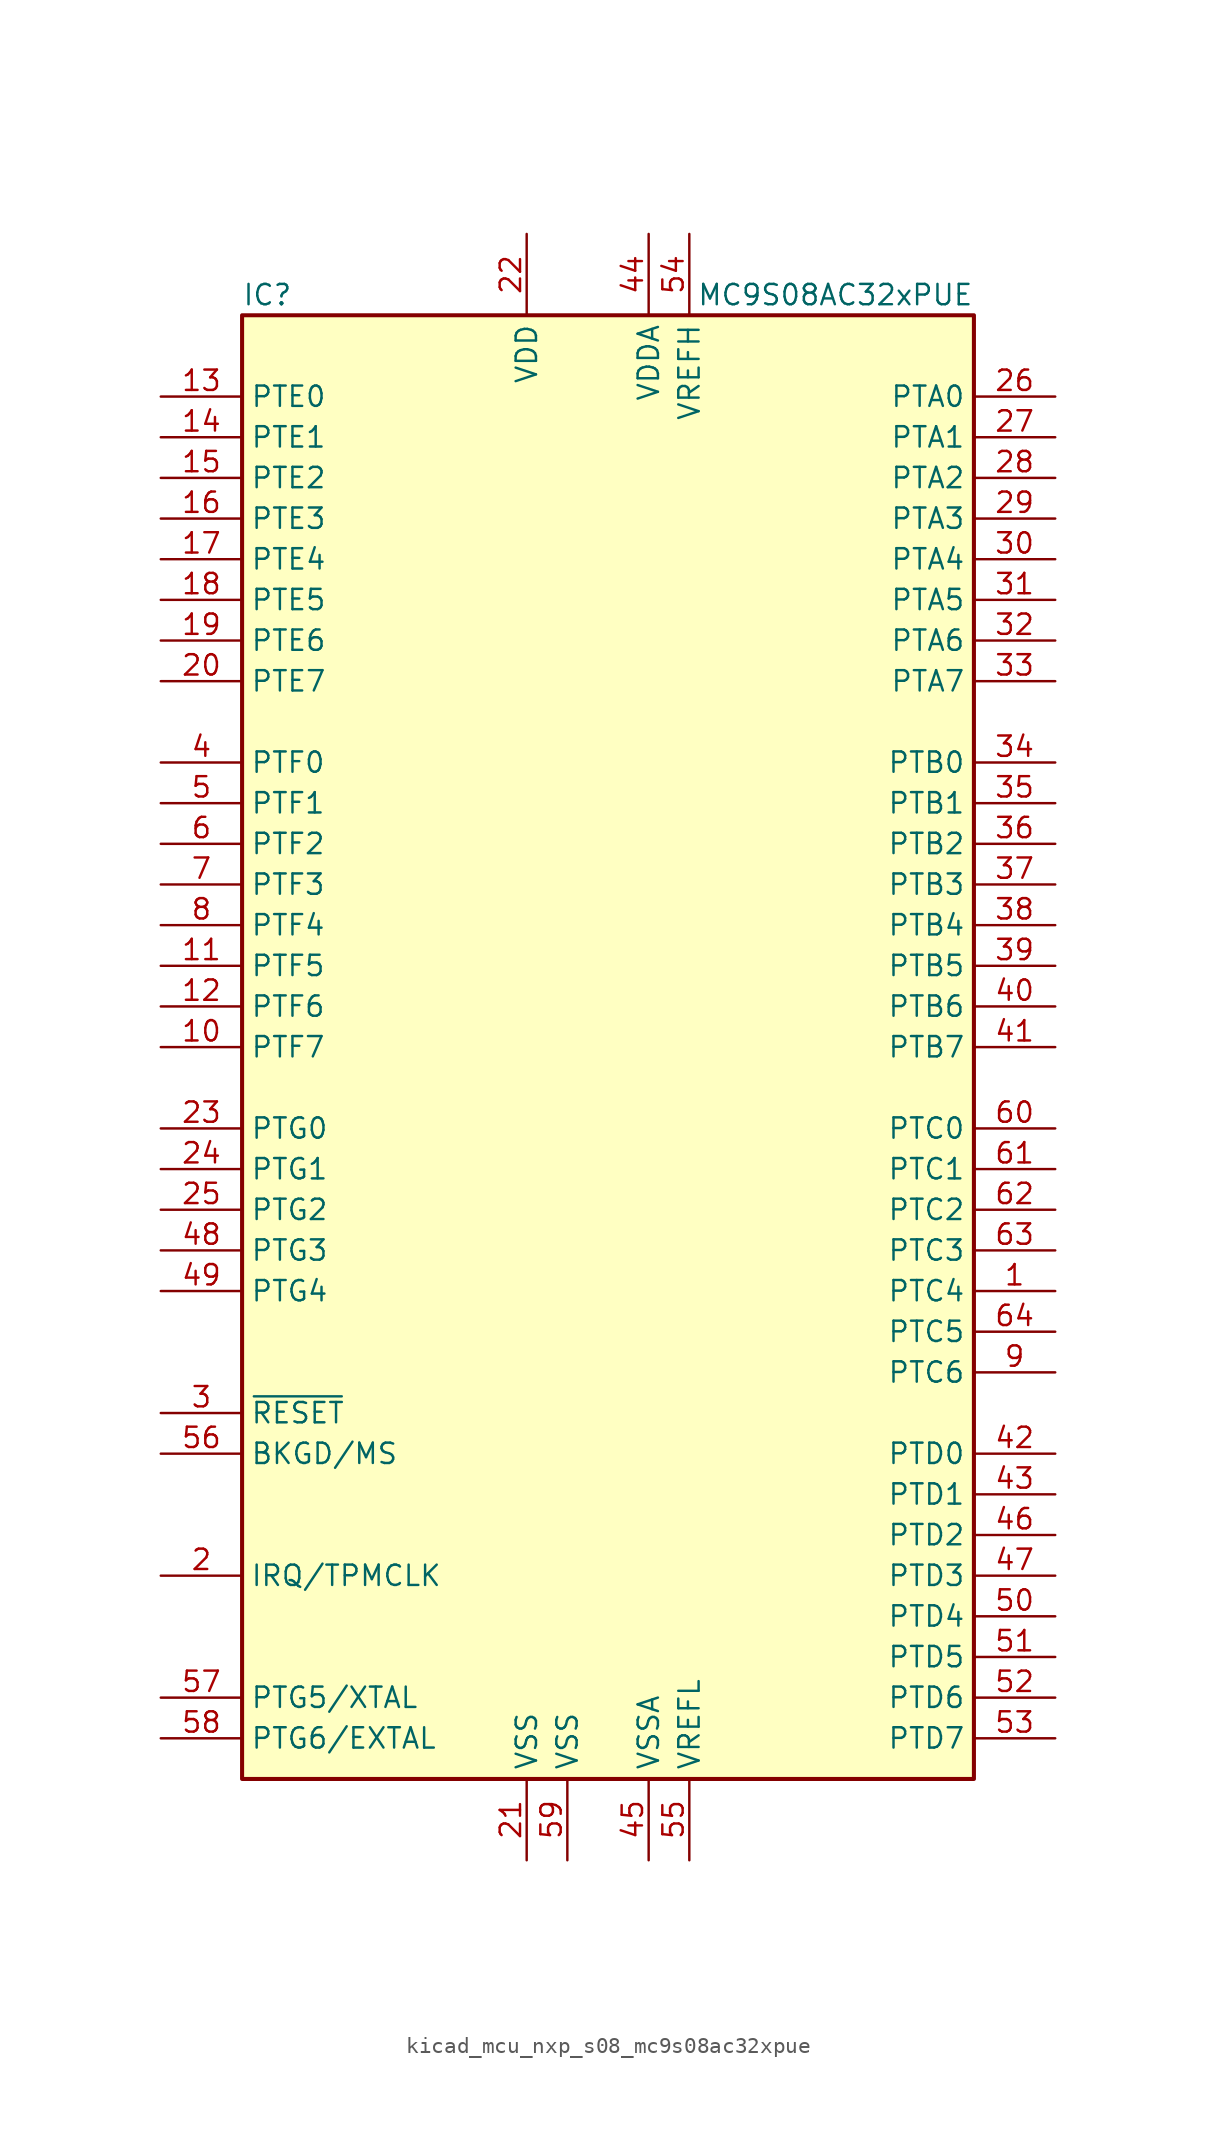
<source format=kicad_sym>
(kicad_symbol_lib
  (version 20220914)
  (generator kicad_symbol_editor)
  (symbol "kicad_mcu_nxp_s08_mc9s08ac32xpue"
    (property "Reference" "IC"
      (at -22.86 46.99 0)
      (effects (font (size 1.27 1.27)) (justify left)))
    (property "Value" "MC9S08AC32xPUE"
      (at 22.86 46.99 0)
      (effects (font (size 1.27 1.27)) (justify right)))
    (symbol "kicad_mcu_nxp_s08_mc9s08ac32xpue_0_1"
      (rectangle (start -22.86 45.72) (end 22.86 -45.72) (stroke (width 0.254) (type default)) (fill (type background))))
    (symbol "kicad_mcu_nxp_s08_mc9s08ac32xpue_1_1"
      (pin bidirectional line (at 27.94 -15.24 180) (length 5.08) (name "PTC4" (effects (font (size 1.27 1.27)))) (number "1" (effects (font (size 1.27 1.27)))))
      (pin bidirectional line (at -27.94 0 0) (length 5.08) (name "PTF7" (effects (font (size 1.27 1.27)))) (number "10" (effects (font (size 1.27 1.27)))))
      (pin bidirectional line (at -27.94 5.08 0) (length 5.08) (name "PTF5" (effects (font (size 1.27 1.27)))) (number "11" (effects (font (size 1.27 1.27)))))
      (pin bidirectional line (at -27.94 2.54 0) (length 5.08) (name "PTF6" (effects (font (size 1.27 1.27)))) (number "12" (effects (font (size 1.27 1.27)))))
      (pin bidirectional line (at -27.94 40.64 0) (length 5.08) (name "PTE0" (effects (font (size 1.27 1.27)))) (number "13" (effects (font (size 1.27 1.27)))))
      (pin bidirectional line (at -27.94 38.1 0) (length 5.08) (name "PTE1" (effects (font (size 1.27 1.27)))) (number "14" (effects (font (size 1.27 1.27)))))
      (pin bidirectional line (at -27.94 35.56 0) (length 5.08) (name "PTE2" (effects (font (size 1.27 1.27)))) (number "15" (effects (font (size 1.27 1.27)))))
      (pin bidirectional line (at -27.94 33.02 0) (length 5.08) (name "PTE3" (effects (font (size 1.27 1.27)))) (number "16" (effects (font (size 1.27 1.27)))))
      (pin bidirectional line (at -27.94 30.48 0) (length 5.08) (name "PTE4" (effects (font (size 1.27 1.27)))) (number "17" (effects (font (size 1.27 1.27)))))
      (pin bidirectional line (at -27.94 27.94 0) (length 5.08) (name "PTE5" (effects (font (size 1.27 1.27)))) (number "18" (effects (font (size 1.27 1.27)))))
      (pin bidirectional line (at -27.94 25.4 0) (length 5.08) (name "PTE6" (effects (font (size 1.27 1.27)))) (number "19" (effects (font (size 1.27 1.27)))))
      (pin input line (at -27.94 -33.02 0) (length 5.08) (name "IRQ/TPMCLK" (effects (font (size 1.27 1.27)))) (number "2" (effects (font (size 1.27 1.27)))))
      (pin bidirectional line (at -27.94 22.86 0) (length 5.08) (name "PTE7" (effects (font (size 1.27 1.27)))) (number "20" (effects (font (size 1.27 1.27)))))
      (pin power_in line (at -5.08 -50.8 90) (length 5.08) (name "VSS" (effects (font (size 1.27 1.27)))) (number "21" (effects (font (size 1.27 1.27)))))
      (pin power_in line (at -5.08 50.8 270) (length 5.08) (name "VDD" (effects (font (size 1.27 1.27)))) (number "22" (effects (font (size 1.27 1.27)))))
      (pin bidirectional line (at -27.94 -5.08 0) (length 5.08) (name "PTG0" (effects (font (size 1.27 1.27)))) (number "23" (effects (font (size 1.27 1.27)))))
      (pin bidirectional line (at -27.94 -7.62 0) (length 5.08) (name "PTG1" (effects (font (size 1.27 1.27)))) (number "24" (effects (font (size 1.27 1.27)))))
      (pin bidirectional line (at -27.94 -10.16 0) (length 5.08) (name "PTG2" (effects (font (size 1.27 1.27)))) (number "25" (effects (font (size 1.27 1.27)))))
      (pin bidirectional line (at 27.94 40.64 180) (length 5.08) (name "PTA0" (effects (font (size 1.27 1.27)))) (number "26" (effects (font (size 1.27 1.27)))))
      (pin bidirectional line (at 27.94 38.1 180) (length 5.08) (name "PTA1" (effects (font (size 1.27 1.27)))) (number "27" (effects (font (size 1.27 1.27)))))
      (pin bidirectional line (at 27.94 35.56 180) (length 5.08) (name "PTA2" (effects (font (size 1.27 1.27)))) (number "28" (effects (font (size 1.27 1.27)))))
      (pin bidirectional line (at 27.94 33.02 180) (length 5.08) (name "PTA3" (effects (font (size 1.27 1.27)))) (number "29" (effects (font (size 1.27 1.27)))))
      (pin input line (at -27.94 -22.86 0) (length 5.08) (name "~{RESET}" (effects (font (size 1.27 1.27)))) (number "3" (effects (font (size 1.27 1.27)))))
      (pin bidirectional line (at 27.94 30.48 180) (length 5.08) (name "PTA4" (effects (font (size 1.27 1.27)))) (number "30" (effects (font (size 1.27 1.27)))))
      (pin bidirectional line (at 27.94 27.94 180) (length 5.08) (name "PTA5" (effects (font (size 1.27 1.27)))) (number "31" (effects (font (size 1.27 1.27)))))
      (pin bidirectional line (at 27.94 25.4 180) (length 5.08) (name "PTA6" (effects (font (size 1.27 1.27)))) (number "32" (effects (font (size 1.27 1.27)))))
      (pin bidirectional line (at 27.94 22.86 180) (length 5.08) (name "PTA7" (effects (font (size 1.27 1.27)))) (number "33" (effects (font (size 1.27 1.27)))))
      (pin bidirectional line (at 27.94 17.78 180) (length 5.08) (name "PTB0" (effects (font (size 1.27 1.27)))) (number "34" (effects (font (size 1.27 1.27)))))
      (pin bidirectional line (at 27.94 15.24 180) (length 5.08) (name "PTB1" (effects (font (size 1.27 1.27)))) (number "35" (effects (font (size 1.27 1.27)))))
      (pin bidirectional line (at 27.94 12.7 180) (length 5.08) (name "PTB2" (effects (font (size 1.27 1.27)))) (number "36" (effects (font (size 1.27 1.27)))))
      (pin bidirectional line (at 27.94 10.16 180) (length 5.08) (name "PTB3" (effects (font (size 1.27 1.27)))) (number "37" (effects (font (size 1.27 1.27)))))
      (pin bidirectional line (at 27.94 7.62 180) (length 5.08) (name "PTB4" (effects (font (size 1.27 1.27)))) (number "38" (effects (font (size 1.27 1.27)))))
      (pin bidirectional line (at 27.94 5.08 180) (length 5.08) (name "PTB5" (effects (font (size 1.27 1.27)))) (number "39" (effects (font (size 1.27 1.27)))))
      (pin bidirectional line (at -27.94 17.78 0) (length 5.08) (name "PTF0" (effects (font (size 1.27 1.27)))) (number "4" (effects (font (size 1.27 1.27)))))
      (pin bidirectional line (at 27.94 2.54 180) (length 5.08) (name "PTB6" (effects (font (size 1.27 1.27)))) (number "40" (effects (font (size 1.27 1.27)))))
      (pin bidirectional line (at 27.94 0 180) (length 5.08) (name "PTB7" (effects (font (size 1.27 1.27)))) (number "41" (effects (font (size 1.27 1.27)))))
      (pin bidirectional line (at 27.94 -25.4 180) (length 5.08) (name "PTD0" (effects (font (size 1.27 1.27)))) (number "42" (effects (font (size 1.27 1.27)))))
      (pin bidirectional line (at 27.94 -27.94 180) (length 5.08) (name "PTD1" (effects (font (size 1.27 1.27)))) (number "43" (effects (font (size 1.27 1.27)))))
      (pin power_in line (at 2.54 50.8 270) (length 5.08) (name "VDDA" (effects (font (size 1.27 1.27)))) (number "44" (effects (font (size 1.27 1.27)))))
      (pin power_in line (at 2.54 -50.8 90) (length 5.08) (name "VSSA" (effects (font (size 1.27 1.27)))) (number "45" (effects (font (size 1.27 1.27)))))
      (pin bidirectional line (at 27.94 -30.48 180) (length 5.08) (name "PTD2" (effects (font (size 1.27 1.27)))) (number "46" (effects (font (size 1.27 1.27)))))
      (pin bidirectional line (at 27.94 -33.02 180) (length 5.08) (name "PTD3" (effects (font (size 1.27 1.27)))) (number "47" (effects (font (size 1.27 1.27)))))
      (pin bidirectional line (at -27.94 -12.7 0) (length 5.08) (name "PTG3" (effects (font (size 1.27 1.27)))) (number "48" (effects (font (size 1.27 1.27)))))
      (pin bidirectional line (at -27.94 -15.24 0) (length 5.08) (name "PTG4" (effects (font (size 1.27 1.27)))) (number "49" (effects (font (size 1.27 1.27)))))
      (pin bidirectional line (at -27.94 15.24 0) (length 5.08) (name "PTF1" (effects (font (size 1.27 1.27)))) (number "5" (effects (font (size 1.27 1.27)))))
      (pin bidirectional line (at 27.94 -35.56 180) (length 5.08) (name "PTD4" (effects (font (size 1.27 1.27)))) (number "50" (effects (font (size 1.27 1.27)))))
      (pin bidirectional line (at 27.94 -38.1 180) (length 5.08) (name "PTD5" (effects (font (size 1.27 1.27)))) (number "51" (effects (font (size 1.27 1.27)))))
      (pin bidirectional line (at 27.94 -40.64 180) (length 5.08) (name "PTD6" (effects (font (size 1.27 1.27)))) (number "52" (effects (font (size 1.27 1.27)))))
      (pin bidirectional line (at 27.94 -43.18 180) (length 5.08) (name "PTD7" (effects (font (size 1.27 1.27)))) (number "53" (effects (font (size 1.27 1.27)))))
      (pin power_in line (at 5.08 50.8 270) (length 5.08) (name "VREFH" (effects (font (size 1.27 1.27)))) (number "54" (effects (font (size 1.27 1.27)))))
      (pin power_in line (at 5.08 -50.8 90) (length 5.08) (name "VREFL" (effects (font (size 1.27 1.27)))) (number "55" (effects (font (size 1.27 1.27)))))
      (pin bidirectional line (at -27.94 -25.4 0) (length 5.08) (name "BKGD/MS" (effects (font (size 1.27 1.27)))) (number "56" (effects (font (size 1.27 1.27)))))
      (pin bidirectional line (at -27.94 -40.64 0) (length 5.08) (name "PTG5/XTAL" (effects (font (size 1.27 1.27)))) (number "57" (effects (font (size 1.27 1.27)))))
      (pin bidirectional line (at -27.94 -43.18 0) (length 5.08) (name "PTG6/EXTAL" (effects (font (size 1.27 1.27)))) (number "58" (effects (font (size 1.27 1.27)))))
      (pin power_in line (at -2.54 -50.8 90) (length 5.08) (name "VSS" (effects (font (size 1.27 1.27)))) (number "59" (effects (font (size 1.27 1.27)))))
      (pin bidirectional line (at -27.94 12.7 0) (length 5.08) (name "PTF2" (effects (font (size 1.27 1.27)))) (number "6" (effects (font (size 1.27 1.27)))))
      (pin bidirectional line (at 27.94 -5.08 180) (length 5.08) (name "PTC0" (effects (font (size 1.27 1.27)))) (number "60" (effects (font (size 1.27 1.27)))))
      (pin bidirectional line (at 27.94 -7.62 180) (length 5.08) (name "PTC1" (effects (font (size 1.27 1.27)))) (number "61" (effects (font (size 1.27 1.27)))))
      (pin bidirectional line (at 27.94 -10.16 180) (length 5.08) (name "PTC2" (effects (font (size 1.27 1.27)))) (number "62" (effects (font (size 1.27 1.27)))))
      (pin bidirectional line (at 27.94 -12.7 180) (length 5.08) (name "PTC3" (effects (font (size 1.27 1.27)))) (number "63" (effects (font (size 1.27 1.27)))))
      (pin bidirectional line (at 27.94 -17.78 180) (length 5.08) (name "PTC5" (effects (font (size 1.27 1.27)))) (number "64" (effects (font (size 1.27 1.27)))))
      (pin bidirectional line (at -27.94 10.16 0) (length 5.08) (name "PTF3" (effects (font (size 1.27 1.27)))) (number "7" (effects (font (size 1.27 1.27)))))
      (pin bidirectional line (at -27.94 7.62 0) (length 5.08) (name "PTF4" (effects (font (size 1.27 1.27)))) (number "8" (effects (font (size 1.27 1.27)))))
      (pin bidirectional line (at 27.94 -20.32 180) (length 5.08) (name "PTC6" (effects (font (size 1.27 1.27)))) (number "9" (effects (font (size 1.27 1.27))))))))
</source>
